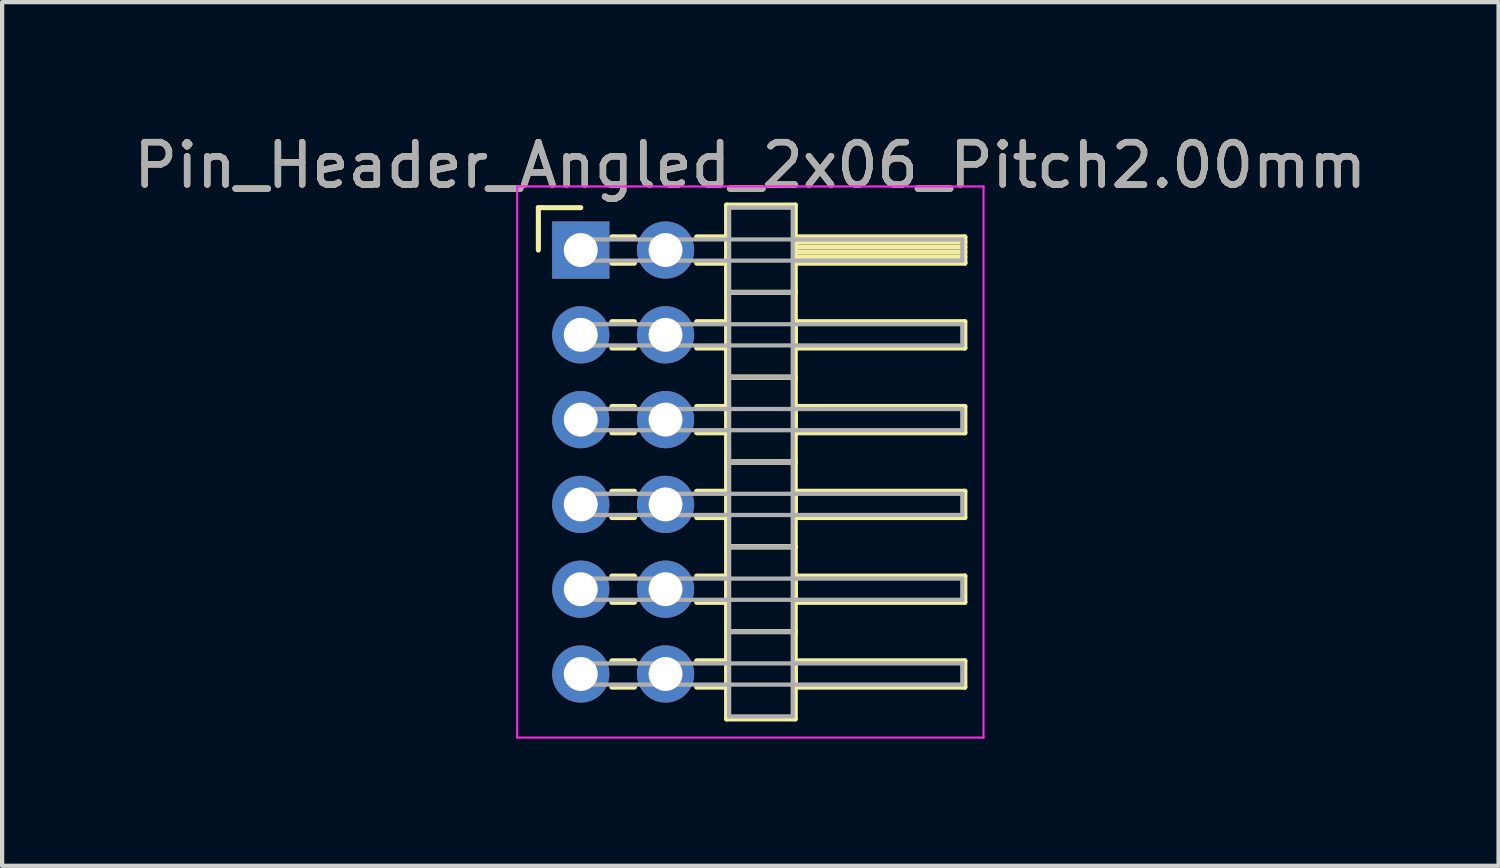
<source format=kicad_pcb>
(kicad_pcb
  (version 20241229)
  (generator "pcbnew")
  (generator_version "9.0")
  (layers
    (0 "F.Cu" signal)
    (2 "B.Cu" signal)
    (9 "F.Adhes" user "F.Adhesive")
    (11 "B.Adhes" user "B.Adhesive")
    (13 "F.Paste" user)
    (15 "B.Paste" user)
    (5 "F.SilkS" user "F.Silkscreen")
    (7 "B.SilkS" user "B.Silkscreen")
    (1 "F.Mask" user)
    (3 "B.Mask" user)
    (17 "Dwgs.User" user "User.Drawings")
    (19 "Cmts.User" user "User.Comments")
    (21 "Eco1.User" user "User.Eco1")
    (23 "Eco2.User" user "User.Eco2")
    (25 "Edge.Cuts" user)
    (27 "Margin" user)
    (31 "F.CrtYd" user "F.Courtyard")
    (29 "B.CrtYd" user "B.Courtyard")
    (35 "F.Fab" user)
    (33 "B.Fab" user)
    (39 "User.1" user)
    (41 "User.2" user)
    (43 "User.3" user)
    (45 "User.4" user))
  (footprint "Pin_Header_Angled_2x06_Pitch2.00mm"
    (layer "F.Cu")
    (at 10.649 2.848)
    (property "Reference" "Pin_Header_Angled_2x06_Pitch2.00mm" (at 4 -2 0) (layer "F.SilkS") (effects (font (size 1 1) (thickness 0.15))))
    (attr through_hole)
    (fp_line (start -1 -1) (end 0 -1) (stroke (width 0.12) (type solid)) (layer "F.SilkS"))
    (fp_line (start -1 0) (end -1 -1) (stroke (width 0.12) (type solid)) (layer "F.SilkS"))
    (fp_line (start 0.735 -0.31) (end 1.265 -0.31) (stroke (width 0.12) (type solid)) (layer "F.SilkS"))
    (fp_line (start 0.735 0.31) (end 1.265 0.31) (stroke (width 0.12) (type solid)) (layer "F.SilkS"))
    (fp_line (start 0.735 1.69) (end 1.265 1.69) (stroke (width 0.12) (type solid)) (layer "F.SilkS"))
    (fp_line (start 0.735 2.31) (end 1.265 2.31) (stroke (width 0.12) (type solid)) (layer "F.SilkS"))
    (fp_line (start 0.735 3.69) (end 1.265 3.69) (stroke (width 0.12) (type solid)) (layer "F.SilkS"))
    (fp_line (start 0.735 4.31) (end 1.265 4.31) (stroke (width 0.12) (type solid)) (layer "F.SilkS"))
    (fp_line (start 0.735 5.69) (end 1.265 5.69) (stroke (width 0.12) (type solid)) (layer "F.SilkS"))
    (fp_line (start 0.735 6.31) (end 1.265 6.31) (stroke (width 0.12) (type solid)) (layer "F.SilkS"))
    (fp_line (start 0.735 7.69) (end 1.265 7.69) (stroke (width 0.12) (type solid)) (layer "F.SilkS"))
    (fp_line (start 0.735 8.31) (end 1.265 8.31) (stroke (width 0.12) (type solid)) (layer "F.SilkS"))
    (fp_line (start 0.735 9.69) (end 1.265 9.69) (stroke (width 0.12) (type solid)) (layer "F.SilkS"))
    (fp_line (start 0.735 10.31) (end 1.265 10.31) (stroke (width 0.12) (type solid)) (layer "F.SilkS"))
    (fp_line (start 2.735 -0.31) (end 3.44 -0.31) (stroke (width 0.12) (type solid)) (layer "F.SilkS"))
    (fp_line (start 2.735 0.31) (end 3.44 0.31) (stroke (width 0.12) (type solid)) (layer "F.SilkS"))
    (fp_line (start 2.735 1.69) (end 3.44 1.69) (stroke (width 0.12) (type solid)) (layer "F.SilkS"))
    (fp_line (start 2.735 2.31) (end 3.44 2.31) (stroke (width 0.12) (type solid)) (layer "F.SilkS"))
    (fp_line (start 2.735 3.69) (end 3.44 3.69) (stroke (width 0.12) (type solid)) (layer "F.SilkS"))
    (fp_line (start 2.735 4.31) (end 3.44 4.31) (stroke (width 0.12) (type solid)) (layer "F.SilkS"))
    (fp_line (start 2.735 5.69) (end 3.44 5.69) (stroke (width 0.12) (type solid)) (layer "F.SilkS"))
    (fp_line (start 2.735 6.31) (end 3.44 6.31) (stroke (width 0.12) (type solid)) (layer "F.SilkS"))
    (fp_line (start 2.735 7.69) (end 3.44 7.69) (stroke (width 0.12) (type solid)) (layer "F.SilkS"))
    (fp_line (start 2.735 8.31) (end 3.44 8.31) (stroke (width 0.12) (type solid)) (layer "F.SilkS"))
    (fp_line (start 2.735 9.69) (end 3.44 9.69) (stroke (width 0.12) (type solid)) (layer "F.SilkS"))
    (fp_line (start 2.735 10.31) (end 3.44 10.31) (stroke (width 0.12) (type solid)) (layer "F.SilkS"))
    (fp_line (start 3.44 -1.06) (end 3.44 1) (stroke (width 0.12) (type solid)) (layer "F.SilkS"))
    (fp_line (start 3.44 1) (end 3.44 3) (stroke (width 0.12) (type solid)) (layer "F.SilkS"))
    (fp_line (start 3.44 1) (end 5.06 1) (stroke (width 0.12) (type solid)) (layer "F.SilkS"))
    (fp_line (start 3.44 3) (end 3.44 5) (stroke (width 0.12) (type solid)) (layer "F.SilkS"))
    (fp_line (start 3.44 3) (end 5.06 3) (stroke (width 0.12) (type solid)) (layer "F.SilkS"))
    (fp_line (start 3.44 5) (end 3.44 7) (stroke (width 0.12) (type solid)) (layer "F.SilkS"))
    (fp_line (start 3.44 5) (end 5.06 5) (stroke (width 0.12) (type solid)) (layer "F.SilkS"))
    (fp_line (start 3.44 7) (end 3.44 9) (stroke (width 0.12) (type solid)) (layer "F.SilkS"))
    (fp_line (start 3.44 7) (end 5.06 7) (stroke (width 0.12) (type solid)) (layer "F.SilkS"))
    (fp_line (start 3.44 9) (end 3.44 11.06) (stroke (width 0.12) (type solid)) (layer "F.SilkS"))
    (fp_line (start 3.44 9) (end 5.06 9) (stroke (width 0.12) (type solid)) (layer "F.SilkS"))
    (fp_line (start 3.44 11.06) (end 5.06 11.06) (stroke (width 0.12) (type solid)) (layer "F.SilkS"))
    (fp_line (start 5.06 -1.06) (end 3.44 -1.06) (stroke (width 0.12) (type solid)) (layer "F.SilkS"))
    (fp_line (start 5.06 -0.31) (end 5.06 0.31) (stroke (width 0.12) (type solid)) (layer "F.SilkS"))
    (fp_line (start 5.06 -0.19) (end 9.06 -0.19) (stroke (width 0.12) (type solid)) (layer "F.SilkS"))
    (fp_line (start 5.06 -0.07) (end 9.06 -0.07) (stroke (width 0.12) (type solid)) (layer "F.SilkS"))
    (fp_line (start 5.06 0.05) (end 9.06 0.05) (stroke (width 0.12) (type solid)) (layer "F.SilkS"))
    (fp_line (start 5.06 0.17) (end 9.06 0.17) (stroke (width 0.12) (type solid)) (layer "F.SilkS"))
    (fp_line (start 5.06 0.29) (end 9.06 0.29) (stroke (width 0.12) (type solid)) (layer "F.SilkS"))
    (fp_line (start 5.06 0.31) (end 9.06 0.31) (stroke (width 0.12) (type solid)) (layer "F.SilkS"))
    (fp_line (start 5.06 1) (end 3.44 1) (stroke (width 0.12) (type solid)) (layer "F.SilkS"))
    (fp_line (start 5.06 1) (end 5.06 -1.06) (stroke (width 0.12) (type solid)) (layer "F.SilkS"))
    (fp_line (start 5.06 1.69) (end 5.06 2.31) (stroke (width 0.12) (type solid)) (layer "F.SilkS"))
    (fp_line (start 5.06 2.31) (end 9.06 2.31) (stroke (width 0.12) (type solid)) (layer "F.SilkS"))
    (fp_line (start 5.06 3) (end 3.44 3) (stroke (width 0.12) (type solid)) (layer "F.SilkS"))
    (fp_line (start 5.06 3) (end 5.06 1) (stroke (width 0.12) (type solid)) (layer "F.SilkS"))
    (fp_line (start 5.06 3.69) (end 5.06 4.31) (stroke (width 0.12) (type solid)) (layer "F.SilkS"))
    (fp_line (start 5.06 4.31) (end 9.06 4.31) (stroke (width 0.12) (type solid)) (layer "F.SilkS"))
    (fp_line (start 5.06 5) (end 3.44 5) (stroke (width 0.12) (type solid)) (layer "F.SilkS"))
    (fp_line (start 5.06 5) (end 5.06 3) (stroke (width 0.12) (type solid)) (layer "F.SilkS"))
    (fp_line (start 5.06 5.69) (end 5.06 6.31) (stroke (width 0.12) (type solid)) (layer "F.SilkS"))
    (fp_line (start 5.06 6.31) (end 9.06 6.31) (stroke (width 0.12) (type solid)) (layer "F.SilkS"))
    (fp_line (start 5.06 7) (end 3.44 7) (stroke (width 0.12) (type solid)) (layer "F.SilkS"))
    (fp_line (start 5.06 7) (end 5.06 5) (stroke (width 0.12) (type solid)) (layer "F.SilkS"))
    (fp_line (start 5.06 7.69) (end 5.06 8.31) (stroke (width 0.12) (type solid)) (layer "F.SilkS"))
    (fp_line (start 5.06 8.31) (end 9.06 8.31) (stroke (width 0.12) (type solid)) (layer "F.SilkS"))
    (fp_line (start 5.06 9) (end 3.44 9) (stroke (width 0.12) (type solid)) (layer "F.SilkS"))
    (fp_line (start 5.06 9) (end 5.06 7) (stroke (width 0.12) (type solid)) (layer "F.SilkS"))
    (fp_line (start 5.06 9.69) (end 5.06 10.31) (stroke (width 0.12) (type solid)) (layer "F.SilkS"))
    (fp_line (start 5.06 10.31) (end 9.06 10.31) (stroke (width 0.12) (type solid)) (layer "F.SilkS"))
    (fp_line (start 5.06 11.06) (end 5.06 9) (stroke (width 0.12) (type solid)) (layer "F.SilkS"))
    (fp_line (start 9.06 -0.31) (end 5.06 -0.31) (stroke (width 0.12) (type solid)) (layer "F.SilkS"))
    (fp_line (start 9.06 0.31) (end 9.06 -0.31) (stroke (width 0.12) (type solid)) (layer "F.SilkS"))
    (fp_line (start 9.06 1.69) (end 5.06 1.69) (stroke (width 0.12) (type solid)) (layer "F.SilkS"))
    (fp_line (start 9.06 2.31) (end 9.06 1.69) (stroke (width 0.12) (type solid)) (layer "F.SilkS"))
    (fp_line (start 9.06 3.69) (end 5.06 3.69) (stroke (width 0.12) (type solid)) (layer "F.SilkS"))
    (fp_line (start 9.06 4.31) (end 9.06 3.69) (stroke (width 0.12) (type solid)) (layer "F.SilkS"))
    (fp_line (start 9.06 5.69) (end 5.06 5.69) (stroke (width 0.12) (type solid)) (layer "F.SilkS"))
    (fp_line (start 9.06 6.31) (end 9.06 5.69) (stroke (width 0.12) (type solid)) (layer "F.SilkS"))
    (fp_line (start 9.06 7.69) (end 5.06 7.69) (stroke (width 0.12) (type solid)) (layer "F.SilkS"))
    (fp_line (start 9.06 8.31) (end 9.06 7.69) (stroke (width 0.12) (type solid)) (layer "F.SilkS"))
    (fp_line (start 9.06 9.69) (end 5.06 9.69) (stroke (width 0.12) (type solid)) (layer "F.SilkS"))
    (fp_line (start 9.06 10.31) (end 9.06 9.69) (stroke (width 0.12) (type solid)) (layer "F.SilkS"))
    (fp_line (start -1.5 -1.5) (end -1.5 11.5) (stroke (width 0.05) (type solid)) (layer "F.CrtYd"))
    (fp_line (start -1.5 11.5) (end 9.5 11.5) (stroke (width 0.05) (type solid)) (layer "F.CrtYd"))
    (fp_line (start 9.5 -1.5) (end -1.5 -1.5) (stroke (width 0.05) (type solid)) (layer "F.CrtYd"))
    (fp_line (start 9.5 11.5) (end 9.5 -1.5) (stroke (width 0.05) (type solid)) (layer "F.CrtYd"))
    (fp_line (start 0 -0.25) (end 0 0.25) (stroke (width 0.1) (type solid)) (layer "F.Fab"))
    (fp_line (start 0 0.25) (end 9 0.25) (stroke (width 0.1) (type solid)) (layer "F.Fab"))
    (fp_line (start 0 1.75) (end 0 2.25) (stroke (width 0.1) (type solid)) (layer "F.Fab"))
    (fp_line (start 0 2.25) (end 9 2.25) (stroke (width 0.1) (type solid)) (layer "F.Fab"))
    (fp_line (start 0 3.75) (end 0 4.25) (stroke (width 0.1) (type solid)) (layer "F.Fab"))
    (fp_line (start 0 4.25) (end 9 4.25) (stroke (width 0.1) (type solid)) (layer "F.Fab"))
    (fp_line (start 0 5.75) (end 0 6.25) (stroke (width 0.1) (type solid)) (layer "F.Fab"))
    (fp_line (start 0 6.25) (end 9 6.25) (stroke (width 0.1) (type solid)) (layer "F.Fab"))
    (fp_line (start 0 7.75) (end 0 8.25) (stroke (width 0.1) (type solid)) (layer "F.Fab"))
    (fp_line (start 0 8.25) (end 9 8.25) (stroke (width 0.1) (type solid)) (layer "F.Fab"))
    (fp_line (start 0 9.75) (end 0 10.25) (stroke (width 0.1) (type solid)) (layer "F.Fab"))
    (fp_line (start 0 10.25) (end 9 10.25) (stroke (width 0.1) (type solid)) (layer "F.Fab"))
    (fp_line (start 3.5 -1) (end 3.5 1) (stroke (width 0.1) (type solid)) (layer "F.Fab"))
    (fp_line (start 3.5 1) (end 3.5 3) (stroke (width 0.1) (type solid)) (layer "F.Fab"))
    (fp_line (start 3.5 1) (end 5 1) (stroke (width 0.1) (type solid)) (layer "F.Fab"))
    (fp_line (start 3.5 3) (end 3.5 5) (stroke (width 0.1) (type solid)) (layer "F.Fab"))
    (fp_line (start 3.5 3) (end 5 3) (stroke (width 0.1) (type solid)) (layer "F.Fab"))
    (fp_line (start 3.5 5) (end 3.5 7) (stroke (width 0.1) (type solid)) (layer "F.Fab"))
    (fp_line (start 3.5 5) (end 5 5) (stroke (width 0.1) (type solid)) (layer "F.Fab"))
    (fp_line (start 3.5 7) (end 3.5 9) (stroke (width 0.1) (type solid)) (layer "F.Fab"))
    (fp_line (start 3.5 7) (end 5 7) (stroke (width 0.1) (type solid)) (layer "F.Fab"))
    (fp_line (start 3.5 9) (end 3.5 11) (stroke (width 0.1) (type solid)) (layer "F.Fab"))
    (fp_line (start 3.5 9) (end 5 9) (stroke (width 0.1) (type solid)) (layer "F.Fab"))
    (fp_line (start 3.5 11) (end 5 11) (stroke (width 0.1) (type solid)) (layer "F.Fab"))
    (fp_line (start 5 -1) (end 3.5 -1) (stroke (width 0.1) (type solid)) (layer "F.Fab"))
    (fp_line (start 5 1) (end 3.5 1) (stroke (width 0.1) (type solid)) (layer "F.Fab"))
    (fp_line (start 5 1) (end 5 -1) (stroke (width 0.1) (type solid)) (layer "F.Fab"))
    (fp_line (start 5 3) (end 3.5 3) (stroke (width 0.1) (type solid)) (layer "F.Fab"))
    (fp_line (start 5 3) (end 5 1) (stroke (width 0.1) (type solid)) (layer "F.Fab"))
    (fp_line (start 5 5) (end 3.5 5) (stroke (width 0.1) (type solid)) (layer "F.Fab"))
    (fp_line (start 5 5) (end 5 3) (stroke (width 0.1) (type solid)) (layer "F.Fab"))
    (fp_line (start 5 7) (end 3.5 7) (stroke (width 0.1) (type solid)) (layer "F.Fab"))
    (fp_line (start 5 7) (end 5 5) (stroke (width 0.1) (type solid)) (layer "F.Fab"))
    (fp_line (start 5 9) (end 3.5 9) (stroke (width 0.1) (type solid)) (layer "F.Fab"))
    (fp_line (start 5 9) (end 5 7) (stroke (width 0.1) (type solid)) (layer "F.Fab"))
    (fp_line (start 5 11) (end 5 9) (stroke (width 0.1) (type solid)) (layer "F.Fab"))
    (fp_line (start 9 -0.25) (end 0 -0.25) (stroke (width 0.1) (type solid)) (layer "F.Fab"))
    (fp_line (start 9 0.25) (end 9 -0.25) (stroke (width 0.1) (type solid)) (layer "F.Fab"))
    (fp_line (start 9 1.75) (end 0 1.75) (stroke (width 0.1) (type solid)) (layer "F.Fab"))
    (fp_line (start 9 2.25) (end 9 1.75) (stroke (width 0.1) (type solid)) (layer "F.Fab"))
    (fp_line (start 9 3.75) (end 0 3.75) (stroke (width 0.1) (type solid)) (layer "F.Fab"))
    (fp_line (start 9 4.25) (end 9 3.75) (stroke (width 0.1) (type solid)) (layer "F.Fab"))
    (fp_line (start 9 5.75) (end 0 5.75) (stroke (width 0.1) (type solid)) (layer "F.Fab"))
    (fp_line (start 9 6.25) (end 9 5.75) (stroke (width 0.1) (type solid)) (layer "F.Fab"))
    (fp_line (start 9 7.75) (end 0 7.75) (stroke (width 0.1) (type solid)) (layer "F.Fab"))
    (fp_line (start 9 8.25) (end 9 7.75) (stroke (width 0.1) (type solid)) (layer "F.Fab"))
    (fp_line (start 9 9.75) (end 0 9.75) (stroke (width 0.1) (type solid)) (layer "F.Fab"))
    (fp_line (start 9 10.25) (end 9 9.75) (stroke (width 0.1) (type solid)) (layer "F.Fab"))
    (fp_text user "${REFERENCE}" (at 4 -2 0) (layer "F.Fab") (effects (font (size 1 1) (thickness 0.15))))
    (pad "1" thru_hole rect (at 0 0) (size 1.35 1.35) (drill 0.8) (layers "*.Cu" "*.Mask"))
    (pad "2" thru_hole oval (at 2 0) (size 1.35 1.35) (drill 0.8) (layers "*.Cu" "*.Mask"))
    (pad "3" thru_hole oval (at 0 2) (size 1.35 1.35) (drill 0.8) (layers "*.Cu" "*.Mask"))
    (pad "4" thru_hole oval (at 2 2) (size 1.35 1.35) (drill 0.8) (layers "*.Cu" "*.Mask"))
    (pad "5" thru_hole oval (at 0 4) (size 1.35 1.35) (drill 0.8) (layers "*.Cu" "*.Mask"))
    (pad "6" thru_hole oval (at 2 4) (size 1.35 1.35) (drill 0.8) (layers "*.Cu" "*.Mask"))
    (pad "7" thru_hole oval (at 0 6) (size 1.35 1.35) (drill 0.8) (layers "*.Cu" "*.Mask"))
    (pad "8" thru_hole oval (at 2 6) (size 1.35 1.35) (drill 0.8) (layers "*.Cu" "*.Mask"))
    (pad "9" thru_hole oval (at 0 8) (size 1.35 1.35) (drill 0.8) (layers "*.Cu" "*.Mask"))
    (pad "10" thru_hole oval (at 2 8) (size 1.35 1.35) (drill 0.8) (layers "*.Cu" "*.Mask"))
    (pad "11" thru_hole oval (at 0 10) (size 1.35 1.35) (drill 0.8) (layers "*.Cu" "*.Mask"))
    (pad "12" thru_hole oval (at 2 10) (size 1.35 1.35) (drill 0.8) (layers "*.Cu" "*.Mask")))
  (gr_rect
    (start -3 -3)
    (end 32.298 17.373)
    (stroke (width 0.1) (type default))
    (fill no)
    (layer "Edge.Cuts")))
</source>
